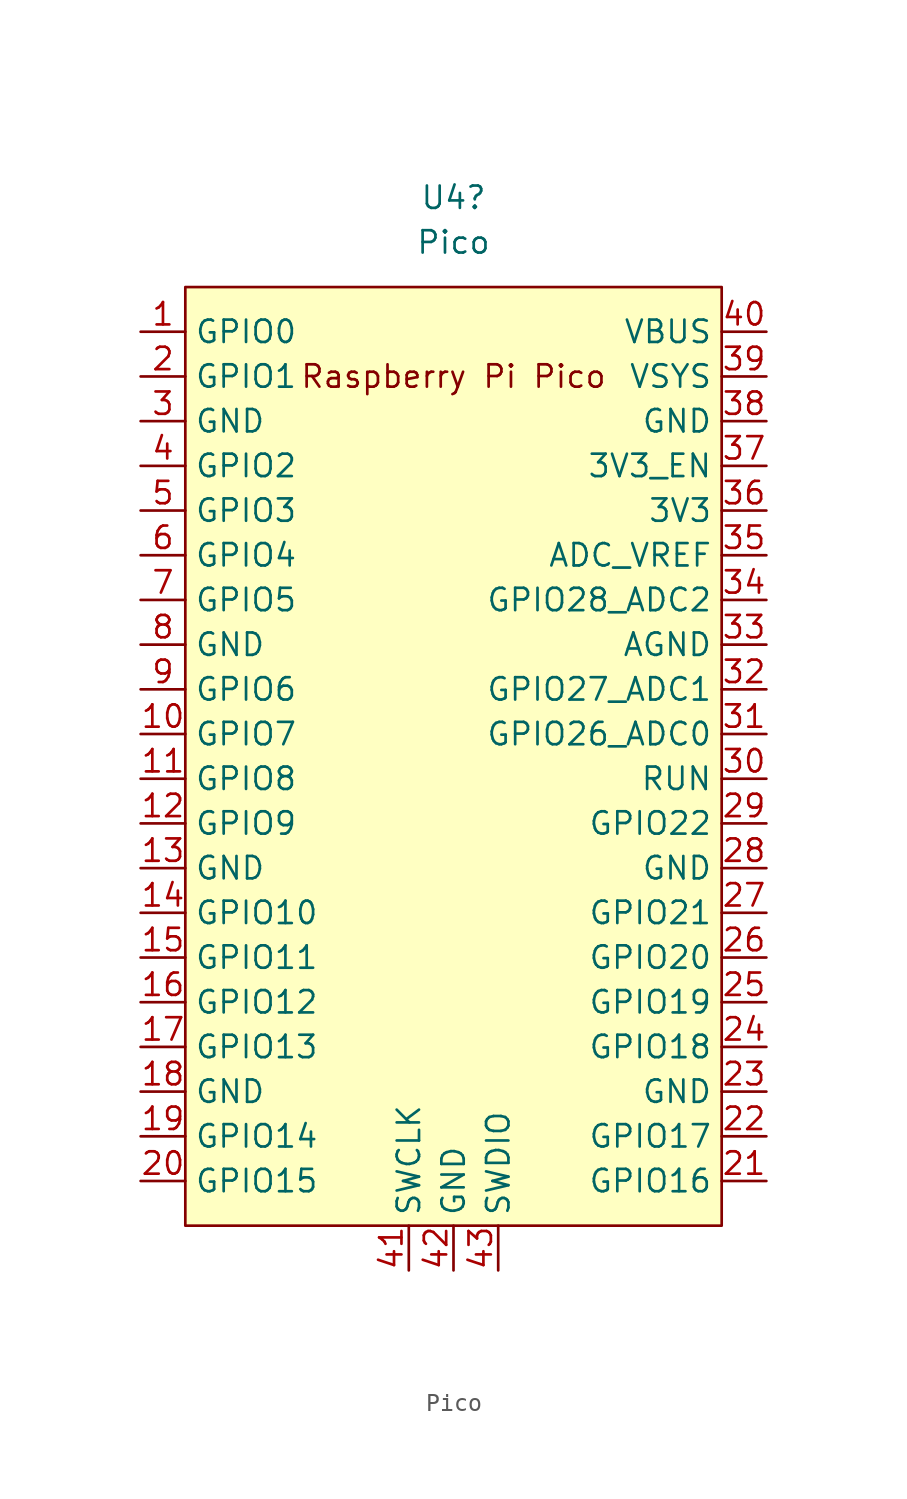
<source format=kicad_sym>
(kicad_symbol_lib
  (version 20220914)
  (generator kicad_symbol_editor)
  (symbol "Pico"
    (property "Reference" "U4"
      (at 0 31.75 0)
      (effects (font (size 1.27 1.27))))
    (property "Value" "Pico"
      (at 0 29.21 0)
      (effects (font (size 1.27 1.27))))
    (symbol "Pico_0_0"
      (text "Raspberry Pi Pico" (at 0 21.59 0) (effects (font (size 1.27 1.27)))))
    (symbol "Pico_0_1"
      (rectangle (start -15.24 26.67) (end 15.24 -26.67) (stroke (width 0) (type solid)) (fill (type background))))
    (symbol "Pico_1_1"
      (pin bidirectional line (at -17.78 24.13 0) (length 2.54) (name "GPIO0" (effects (font (size 1.27 1.27)))) (number "1" (effects (font (size 1.27 1.27)))))
      (pin bidirectional line (at -17.78 1.27 0) (length 2.54) (name "GPIO7" (effects (font (size 1.27 1.27)))) (number "10" (effects (font (size 1.27 1.27)))))
      (pin bidirectional line (at -17.78 -1.27 0) (length 2.54) (name "GPIO8" (effects (font (size 1.27 1.27)))) (number "11" (effects (font (size 1.27 1.27)))))
      (pin bidirectional line (at -17.78 -3.81 0) (length 2.54) (name "GPIO9" (effects (font (size 1.27 1.27)))) (number "12" (effects (font (size 1.27 1.27)))))
      (pin power_in line (at -17.78 -6.35 0) (length 2.54) (name "GND" (effects (font (size 1.27 1.27)))) (number "13" (effects (font (size 1.27 1.27)))))
      (pin bidirectional line (at -17.78 -8.89 0) (length 2.54) (name "GPIO10" (effects (font (size 1.27 1.27)))) (number "14" (effects (font (size 1.27 1.27)))))
      (pin bidirectional line (at -17.78 -11.43 0) (length 2.54) (name "GPIO11" (effects (font (size 1.27 1.27)))) (number "15" (effects (font (size 1.27 1.27)))))
      (pin bidirectional line (at -17.78 -13.97 0) (length 2.54) (name "GPIO12" (effects (font (size 1.27 1.27)))) (number "16" (effects (font (size 1.27 1.27)))))
      (pin bidirectional line (at -17.78 -16.51 0) (length 2.54) (name "GPIO13" (effects (font (size 1.27 1.27)))) (number "17" (effects (font (size 1.27 1.27)))))
      (pin power_in line (at -17.78 -19.05 0) (length 2.54) (name "GND" (effects (font (size 1.27 1.27)))) (number "18" (effects (font (size 1.27 1.27)))))
      (pin bidirectional line (at -17.78 -21.59 0) (length 2.54) (name "GPIO14" (effects (font (size 1.27 1.27)))) (number "19" (effects (font (size 1.27 1.27)))))
      (pin bidirectional line (at -17.78 21.59 0) (length 2.54) (name "GPIO1" (effects (font (size 1.27 1.27)))) (number "2" (effects (font (size 1.27 1.27)))))
      (pin bidirectional line (at -17.78 -24.13 0) (length 2.54) (name "GPIO15" (effects (font (size 1.27 1.27)))) (number "20" (effects (font (size 1.27 1.27)))))
      (pin bidirectional line (at 17.78 -24.13 180) (length 2.54) (name "GPIO16" (effects (font (size 1.27 1.27)))) (number "21" (effects (font (size 1.27 1.27)))))
      (pin bidirectional line (at 17.78 -21.59 180) (length 2.54) (name "GPIO17" (effects (font (size 1.27 1.27)))) (number "22" (effects (font (size 1.27 1.27)))))
      (pin power_in line (at 17.78 -19.05 180) (length 2.54) (name "GND" (effects (font (size 1.27 1.27)))) (number "23" (effects (font (size 1.27 1.27)))))
      (pin bidirectional line (at 17.78 -16.51 180) (length 2.54) (name "GPIO18" (effects (font (size 1.27 1.27)))) (number "24" (effects (font (size 1.27 1.27)))))
      (pin bidirectional line (at 17.78 -13.97 180) (length 2.54) (name "GPIO19" (effects (font (size 1.27 1.27)))) (number "25" (effects (font (size 1.27 1.27)))))
      (pin bidirectional line (at 17.78 -11.43 180) (length 2.54) (name "GPIO20" (effects (font (size 1.27 1.27)))) (number "26" (effects (font (size 1.27 1.27)))))
      (pin bidirectional line (at 17.78 -8.89 180) (length 2.54) (name "GPIO21" (effects (font (size 1.27 1.27)))) (number "27" (effects (font (size 1.27 1.27)))))
      (pin power_in line (at 17.78 -6.35 180) (length 2.54) (name "GND" (effects (font (size 1.27 1.27)))) (number "28" (effects (font (size 1.27 1.27)))))
      (pin bidirectional line (at 17.78 -3.81 180) (length 2.54) (name "GPIO22" (effects (font (size 1.27 1.27)))) (number "29" (effects (font (size 1.27 1.27)))))
      (pin power_in line (at -17.78 19.05 0) (length 2.54) (name "GND" (effects (font (size 1.27 1.27)))) (number "3" (effects (font (size 1.27 1.27)))))
      (pin input line (at 17.78 -1.27 180) (length 2.54) (name "RUN" (effects (font (size 1.27 1.27)))) (number "30" (effects (font (size 1.27 1.27)))))
      (pin bidirectional line (at 17.78 1.27 180) (length 2.54) (name "GPIO26_ADC0" (effects (font (size 1.27 1.27)))) (number "31" (effects (font (size 1.27 1.27)))))
      (pin bidirectional line (at 17.78 3.81 180) (length 2.54) (name "GPIO27_ADC1" (effects (font (size 1.27 1.27)))) (number "32" (effects (font (size 1.27 1.27)))))
      (pin power_in line (at 17.78 6.35 180) (length 2.54) (name "AGND" (effects (font (size 1.27 1.27)))) (number "33" (effects (font (size 1.27 1.27)))))
      (pin bidirectional line (at 17.78 8.89 180) (length 2.54) (name "GPIO28_ADC2" (effects (font (size 1.27 1.27)))) (number "34" (effects (font (size 1.27 1.27)))))
      (pin power_in line (at 17.78 11.43 180) (length 2.54) (name "ADC_VREF" (effects (font (size 1.27 1.27)))) (number "35" (effects (font (size 1.27 1.27)))))
      (pin power_in line (at 17.78 13.97 180) (length 2.54) (name "3V3" (effects (font (size 1.27 1.27)))) (number "36" (effects (font (size 1.27 1.27)))))
      (pin input line (at 17.78 16.51 180) (length 2.54) (name "3V3_EN" (effects (font (size 1.27 1.27)))) (number "37" (effects (font (size 1.27 1.27)))))
      (pin power_in line (at 17.78 19.05 180) (length 2.54) (name "GND" (effects (font (size 1.27 1.27)))) (number "38" (effects (font (size 1.27 1.27)))))
      (pin power_in line (at 17.78 21.59 180) (length 2.54) (name "VSYS" (effects (font (size 1.27 1.27)))) (number "39" (effects (font (size 1.27 1.27)))))
      (pin bidirectional line (at -17.78 16.51 0) (length 2.54) (name "GPIO2" (effects (font (size 1.27 1.27)))) (number "4" (effects (font (size 1.27 1.27)))))
      (pin power_in line (at 17.78 24.13 180) (length 2.54) (name "VBUS" (effects (font (size 1.27 1.27)))) (number "40" (effects (font (size 1.27 1.27)))))
      (pin input line (at -2.54 -29.21 90) (length 2.54) (name "SWCLK" (effects (font (size 1.27 1.27)))) (number "41" (effects (font (size 1.27 1.27)))))
      (pin power_in line (at 0 -29.21 90) (length 2.54) (name "GND" (effects (font (size 1.27 1.27)))) (number "42" (effects (font (size 1.27 1.27)))))
      (pin bidirectional line (at 2.54 -29.21 90) (length 2.54) (name "SWDIO" (effects (font (size 1.27 1.27)))) (number "43" (effects (font (size 1.27 1.27)))))
      (pin bidirectional line (at -17.78 13.97 0) (length 2.54) (name "GPIO3" (effects (font (size 1.27 1.27)))) (number "5" (effects (font (size 1.27 1.27)))))
      (pin bidirectional line (at -17.78 11.43 0) (length 2.54) (name "GPIO4" (effects (font (size 1.27 1.27)))) (number "6" (effects (font (size 1.27 1.27)))))
      (pin bidirectional line (at -17.78 8.89 0) (length 2.54) (name "GPIO5" (effects (font (size 1.27 1.27)))) (number "7" (effects (font (size 1.27 1.27)))))
      (pin power_in line (at -17.78 6.35 0) (length 2.54) (name "GND" (effects (font (size 1.27 1.27)))) (number "8" (effects (font (size 1.27 1.27)))))
      (pin bidirectional line (at -17.78 3.81 0) (length 2.54) (name "GPIO6" (effects (font (size 1.27 1.27)))) (number "9" (effects (font (size 1.27 1.27))))))))
</source>
